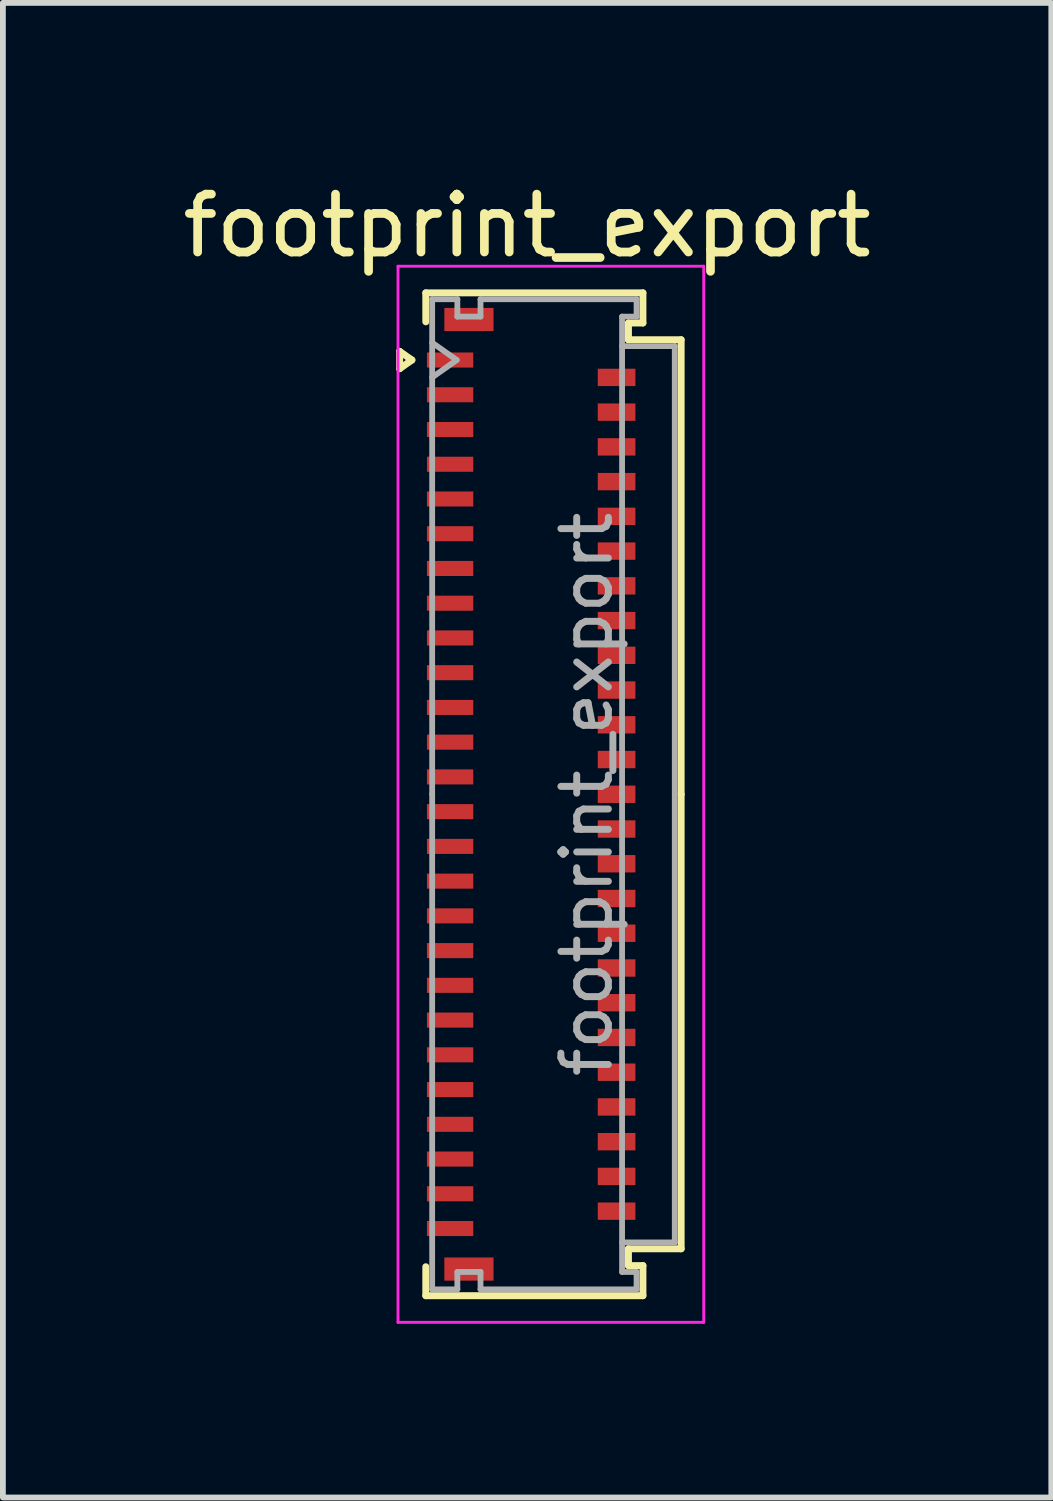
<source format=kicad_pcb>
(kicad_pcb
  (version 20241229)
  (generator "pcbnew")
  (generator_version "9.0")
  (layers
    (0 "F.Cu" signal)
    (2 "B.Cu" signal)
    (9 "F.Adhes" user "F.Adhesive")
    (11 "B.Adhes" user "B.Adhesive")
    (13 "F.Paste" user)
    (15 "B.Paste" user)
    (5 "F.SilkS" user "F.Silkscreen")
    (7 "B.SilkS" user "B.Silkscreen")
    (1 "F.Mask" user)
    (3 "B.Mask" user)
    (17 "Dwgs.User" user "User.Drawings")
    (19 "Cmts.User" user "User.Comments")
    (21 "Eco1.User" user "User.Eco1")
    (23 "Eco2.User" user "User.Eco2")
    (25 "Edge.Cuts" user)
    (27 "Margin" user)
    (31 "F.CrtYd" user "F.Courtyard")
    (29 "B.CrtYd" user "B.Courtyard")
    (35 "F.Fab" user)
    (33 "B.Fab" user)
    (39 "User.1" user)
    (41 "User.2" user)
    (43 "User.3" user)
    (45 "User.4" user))
  (footprint "footprint_export"
    (layer "F.Cu")
    (at 6.124 10.668)
    (property "Reference" "footprint_export" (at -0.07 -9.82 0) (layer "F.SilkS") (effects (font (size 1 1) (thickness 0.15))))
    (attr smd)
    (fp_line (start -2.272 -7.65) (end -2.06 -7.5) (stroke (width 0.12) (type solid)) (layer "F.SilkS"))
    (fp_line (start -2.272 -7.35) (end -2.272 -7.65) (stroke (width 0.12) (type solid)) (layer "F.SilkS"))
    (fp_line (start -2.06 -7.5) (end -2.272 -7.35) (stroke (width 0.12) (type solid)) (layer "F.SilkS"))
    (fp_line (start -1.82 -8.66) (end 1.93 -8.66) (stroke (width 0.12) (type solid)) (layer "F.SilkS"))
    (fp_line (start -1.82 -8.16) (end -1.82 -8.66) (stroke (width 0.12) (type solid)) (layer "F.SilkS"))
    (fp_line (start -1.82 8.16) (end -1.82 8.66) (stroke (width 0.12) (type solid)) (layer "F.SilkS"))
    (fp_line (start -1.82 8.66) (end 1.93 8.66) (stroke (width 0.12) (type solid)) (layer "F.SilkS"))
    (fp_line (start 1.68 -8.14) (end 1.68 -7.85) (stroke (width 0.12) (type solid)) (layer "F.SilkS"))
    (fp_line (start 1.68 -7.85) (end 2.59 -7.85) (stroke (width 0.12) (type solid)) (layer "F.SilkS"))
    (fp_line (start 1.68 7.85) (end 2.59 7.85) (stroke (width 0.12) (type solid)) (layer "F.SilkS"))
    (fp_line (start 1.68 8.14) (end 1.68 7.85) (stroke (width 0.12) (type solid)) (layer "F.SilkS"))
    (fp_line (start 1.93 -8.66) (end 1.93 -8.14) (stroke (width 0.12) (type solid)) (layer "F.SilkS"))
    (fp_line (start 1.93 -8.14) (end 1.68 -8.14) (stroke (width 0.12) (type solid)) (layer "F.SilkS"))
    (fp_line (start 1.93 8.14) (end 1.68 8.14) (stroke (width 0.12) (type solid)) (layer "F.SilkS"))
    (fp_line (start 1.93 8.66) (end 1.93 8.14) (stroke (width 0.12) (type solid)) (layer "F.SilkS"))
    (fp_line (start 2.59 -7.85) (end 2.59 0) (stroke (width 0.12) (type solid)) (layer "F.SilkS"))
    (fp_line (start 2.59 7.85) (end 2.59 0) (stroke (width 0.12) (type solid)) (layer "F.SilkS"))
    (fp_line (start -2.3 -9.12) (end -2.3 9.12) (stroke (width 0.05) (type solid)) (layer "F.CrtYd"))
    (fp_line (start -2.3 9.12) (end 2.98 9.12) (stroke (width 0.05) (type solid)) (layer "F.CrtYd"))
    (fp_line (start 2.98 -9.12) (end -2.3 -9.12) (stroke (width 0.05) (type solid)) (layer "F.CrtYd"))
    (fp_line (start 2.98 9.12) (end 2.98 -9.12) (stroke (width 0.05) (type solid)) (layer "F.CrtYd"))
    (fp_line (start -1.71 -8.55) (end -1.275 -8.55) (stroke (width 0.1) (type solid)) (layer "F.Fab"))
    (fp_line (start -1.71 -7.8) (end -1.286 -7.5) (stroke (width 0.1) (type solid)) (layer "F.Fab"))
    (fp_line (start -1.71 0) (end -1.71 -8.55) (stroke (width 0.1) (type solid)) (layer "F.Fab"))
    (fp_line (start -1.71 0) (end -1.71 8.55) (stroke (width 0.1) (type solid)) (layer "F.Fab"))
    (fp_line (start -1.71 8.55) (end -1.275 8.55) (stroke (width 0.1) (type solid)) (layer "F.Fab"))
    (fp_line (start -1.286 -7.5) (end -1.71 -7.2) (stroke (width 0.1) (type solid)) (layer "F.Fab"))
    (fp_line (start -1.275 -8.55) (end -1.275 -8.25) (stroke (width 0.1) (type solid)) (layer "F.Fab"))
    (fp_line (start -1.275 -8.25) (end -0.875 -8.25) (stroke (width 0.1) (type solid)) (layer "F.Fab"))
    (fp_line (start -1.275 8.25) (end -0.875 8.25) (stroke (width 0.1) (type solid)) (layer "F.Fab"))
    (fp_line (start -1.275 8.55) (end -1.275 8.25) (stroke (width 0.1) (type solid)) (layer "F.Fab"))
    (fp_line (start -0.875 -8.55) (end 1.82 -8.55) (stroke (width 0.1) (type solid)) (layer "F.Fab"))
    (fp_line (start -0.875 -8.25) (end -0.875 -8.55) (stroke (width 0.1) (type solid)) (layer "F.Fab"))
    (fp_line (start -0.875 8.25) (end -0.875 8.55) (stroke (width 0.1) (type solid)) (layer "F.Fab"))
    (fp_line (start -0.875 8.55) (end 1.82 8.55) (stroke (width 0.1) (type solid)) (layer "F.Fab"))
    (fp_line (start 1.57 -8.25) (end 1.57 0) (stroke (width 0.1) (type solid)) (layer "F.Fab"))
    (fp_line (start 1.57 -7.74) (end 2.48 -7.74) (stroke (width 0.1) (type solid)) (layer "F.Fab"))
    (fp_line (start 1.57 8.25) (end 1.57 0) (stroke (width 0.1) (type solid)) (layer "F.Fab"))
    (fp_line (start 1.82 -8.55) (end 1.82 -8.25) (stroke (width 0.1) (type solid)) (layer "F.Fab"))
    (fp_line (start 1.82 -8.25) (end 1.57 -8.25) (stroke (width 0.1) (type solid)) (layer "F.Fab"))
    (fp_line (start 1.82 8.25) (end 1.57 8.25) (stroke (width 0.1) (type solid)) (layer "F.Fab"))
    (fp_line (start 1.82 8.55) (end 1.82 8.25) (stroke (width 0.1) (type solid)) (layer "F.Fab"))
    (fp_line (start 2.48 -7.74) (end 2.48 7.74) (stroke (width 0.1) (type solid)) (layer "F.Fab"))
    (fp_line (start 2.48 7.74) (end 1.57 7.74) (stroke (width 0.1) (type solid)) (layer "F.Fab"))
    (fp_text user "${REFERENCE}" (at 0.96 0 90) (layer "F.Fab") (effects (font (size 0.82 0.82) (thickness 0.12))))
    (pad "1" smd rect (at -1.4 -7.5) (size 0.8 0.26) (layers "F.Cu" "F.Mask" "F.Paste"))
    (pad "2" smd rect (at 1.475 -7.2) (size 0.65 0.3) (layers "F.Cu" "F.Mask" "F.Paste"))
    (pad "3" smd rect (at -1.4 -6.9) (size 0.8 0.26) (layers "F.Cu" "F.Mask" "F.Paste"))
    (pad "4" smd rect (at 1.475 -6.6) (size 0.65 0.3) (layers "F.Cu" "F.Mask" "F.Paste"))
    (pad "5" smd rect (at -1.4 -6.3) (size 0.8 0.26) (layers "F.Cu" "F.Mask" "F.Paste"))
    (pad "6" smd rect (at 1.475 -6) (size 0.65 0.3) (layers "F.Cu" "F.Mask" "F.Paste"))
    (pad "7" smd rect (at -1.4 -5.7) (size 0.8 0.26) (layers "F.Cu" "F.Mask" "F.Paste"))
    (pad "8" smd rect (at 1.475 -5.4) (size 0.65 0.3) (layers "F.Cu" "F.Mask" "F.Paste"))
    (pad "9" smd rect (at -1.4 -5.1) (size 0.8 0.26) (layers "F.Cu" "F.Mask" "F.Paste"))
    (pad "10" smd rect (at 1.475 -4.8) (size 0.65 0.3) (layers "F.Cu" "F.Mask" "F.Paste"))
    (pad "11" smd rect (at -1.4 -4.5) (size 0.8 0.26) (layers "F.Cu" "F.Mask" "F.Paste"))
    (pad "12" smd rect (at 1.475 -4.2) (size 0.65 0.3) (layers "F.Cu" "F.Mask" "F.Paste"))
    (pad "13" smd rect (at -1.4 -3.9) (size 0.8 0.26) (layers "F.Cu" "F.Mask" "F.Paste"))
    (pad "14" smd rect (at 1.475 -3.6) (size 0.65 0.3) (layers "F.Cu" "F.Mask" "F.Paste"))
    (pad "15" smd rect (at -1.4 -3.3) (size 0.8 0.26) (layers "F.Cu" "F.Mask" "F.Paste"))
    (pad "16" smd rect (at 1.475 -3) (size 0.65 0.3) (layers "F.Cu" "F.Mask" "F.Paste"))
    (pad "17" smd rect (at -1.4 -2.7) (size 0.8 0.26) (layers "F.Cu" "F.Mask" "F.Paste"))
    (pad "18" smd rect (at 1.475 -2.4) (size 0.65 0.3) (layers "F.Cu" "F.Mask" "F.Paste"))
    (pad "19" smd rect (at -1.4 -2.1) (size 0.8 0.26) (layers "F.Cu" "F.Mask" "F.Paste"))
    (pad "20" smd rect (at 1.475 -1.8) (size 0.65 0.3) (layers "F.Cu" "F.Mask" "F.Paste"))
    (pad "21" smd rect (at -1.4 -1.5) (size 0.8 0.26) (layers "F.Cu" "F.Mask" "F.Paste"))
    (pad "22" smd rect (at 1.475 -1.2) (size 0.65 0.3) (layers "F.Cu" "F.Mask" "F.Paste"))
    (pad "23" smd rect (at -1.4 -0.9) (size 0.8 0.26) (layers "F.Cu" "F.Mask" "F.Paste"))
    (pad "24" smd rect (at 1.475 -0.6) (size 0.65 0.3) (layers "F.Cu" "F.Mask" "F.Paste"))
    (pad "25" smd rect (at -1.4 -0.3) (size 0.8 0.26) (layers "F.Cu" "F.Mask" "F.Paste"))
    (pad "26" smd rect (at 1.475 0) (size 0.65 0.3) (layers "F.Cu" "F.Mask" "F.Paste"))
    (pad "27" smd rect (at -1.4 0.3) (size 0.8 0.26) (layers "F.Cu" "F.Mask" "F.Paste"))
    (pad "28" smd rect (at 1.475 0.6) (size 0.65 0.3) (layers "F.Cu" "F.Mask" "F.Paste"))
    (pad "29" smd rect (at -1.4 0.9) (size 0.8 0.26) (layers "F.Cu" "F.Mask" "F.Paste"))
    (pad "30" smd rect (at 1.475 1.2) (size 0.65 0.3) (layers "F.Cu" "F.Mask" "F.Paste"))
    (pad "31" smd rect (at -1.4 1.5) (size 0.8 0.26) (layers "F.Cu" "F.Mask" "F.Paste"))
    (pad "32" smd rect (at 1.475 1.8) (size 0.65 0.3) (layers "F.Cu" "F.Mask" "F.Paste"))
    (pad "33" smd rect (at -1.4 2.1) (size 0.8 0.26) (layers "F.Cu" "F.Mask" "F.Paste"))
    (pad "34" smd rect (at 1.475 2.4) (size 0.65 0.3) (layers "F.Cu" "F.Mask" "F.Paste"))
    (pad "35" smd rect (at -1.4 2.7) (size 0.8 0.26) (layers "F.Cu" "F.Mask" "F.Paste"))
    (pad "36" smd rect (at 1.475 3) (size 0.65 0.3) (layers "F.Cu" "F.Mask" "F.Paste"))
    (pad "37" smd rect (at -1.4 3.3) (size 0.8 0.26) (layers "F.Cu" "F.Mask" "F.Paste"))
    (pad "38" smd rect (at 1.475 3.6) (size 0.65 0.3) (layers "F.Cu" "F.Mask" "F.Paste"))
    (pad "39" smd rect (at -1.4 3.9) (size 0.8 0.26) (layers "F.Cu" "F.Mask" "F.Paste"))
    (pad "40" smd rect (at 1.475 4.2) (size 0.65 0.3) (layers "F.Cu" "F.Mask" "F.Paste"))
    (pad "41" smd rect (at -1.4 4.5) (size 0.8 0.26) (layers "F.Cu" "F.Mask" "F.Paste"))
    (pad "42" smd rect (at 1.475 4.8) (size 0.65 0.3) (layers "F.Cu" "F.Mask" "F.Paste"))
    (pad "43" smd rect (at -1.4 5.1) (size 0.8 0.26) (layers "F.Cu" "F.Mask" "F.Paste"))
    (pad "44" smd rect (at 1.475 5.4) (size 0.65 0.3) (layers "F.Cu" "F.Mask" "F.Paste"))
    (pad "45" smd rect (at -1.4 5.7) (size 0.8 0.26) (layers "F.Cu" "F.Mask" "F.Paste"))
    (pad "46" smd rect (at 1.475 6) (size 0.65 0.3) (layers "F.Cu" "F.Mask" "F.Paste"))
    (pad "47" smd rect (at -1.4 6.3) (size 0.8 0.26) (layers "F.Cu" "F.Mask" "F.Paste"))
    (pad "48" smd rect (at 1.475 6.6) (size 0.65 0.3) (layers "F.Cu" "F.Mask" "F.Paste"))
    (pad "49" smd rect (at -1.4 6.9) (size 0.8 0.26) (layers "F.Cu" "F.Mask" "F.Paste"))
    (pad "50" smd rect (at 1.475 7.2) (size 0.65 0.3) (layers "F.Cu" "F.Mask" "F.Paste"))
    (pad "51" smd rect (at -1.4 7.5) (size 0.8 0.26) (layers "F.Cu" "F.Mask" "F.Paste"))
    (pad "MP" smd rect (at -1.075 -8.2) (size 0.85 0.4) (layers "F.Cu" "F.Mask" "F.Paste"))
    (pad "MP" smd rect (at -1.075 8.2) (size 0.85 0.4) (layers "F.Cu" "F.Mask" "F.Paste")))
  (gr_rect
    (start -3 -3)
    (end 15.107 22.813)
    (stroke (width 0.1) (type default))
    (fill no)
    (layer "Edge.Cuts")))
</source>
